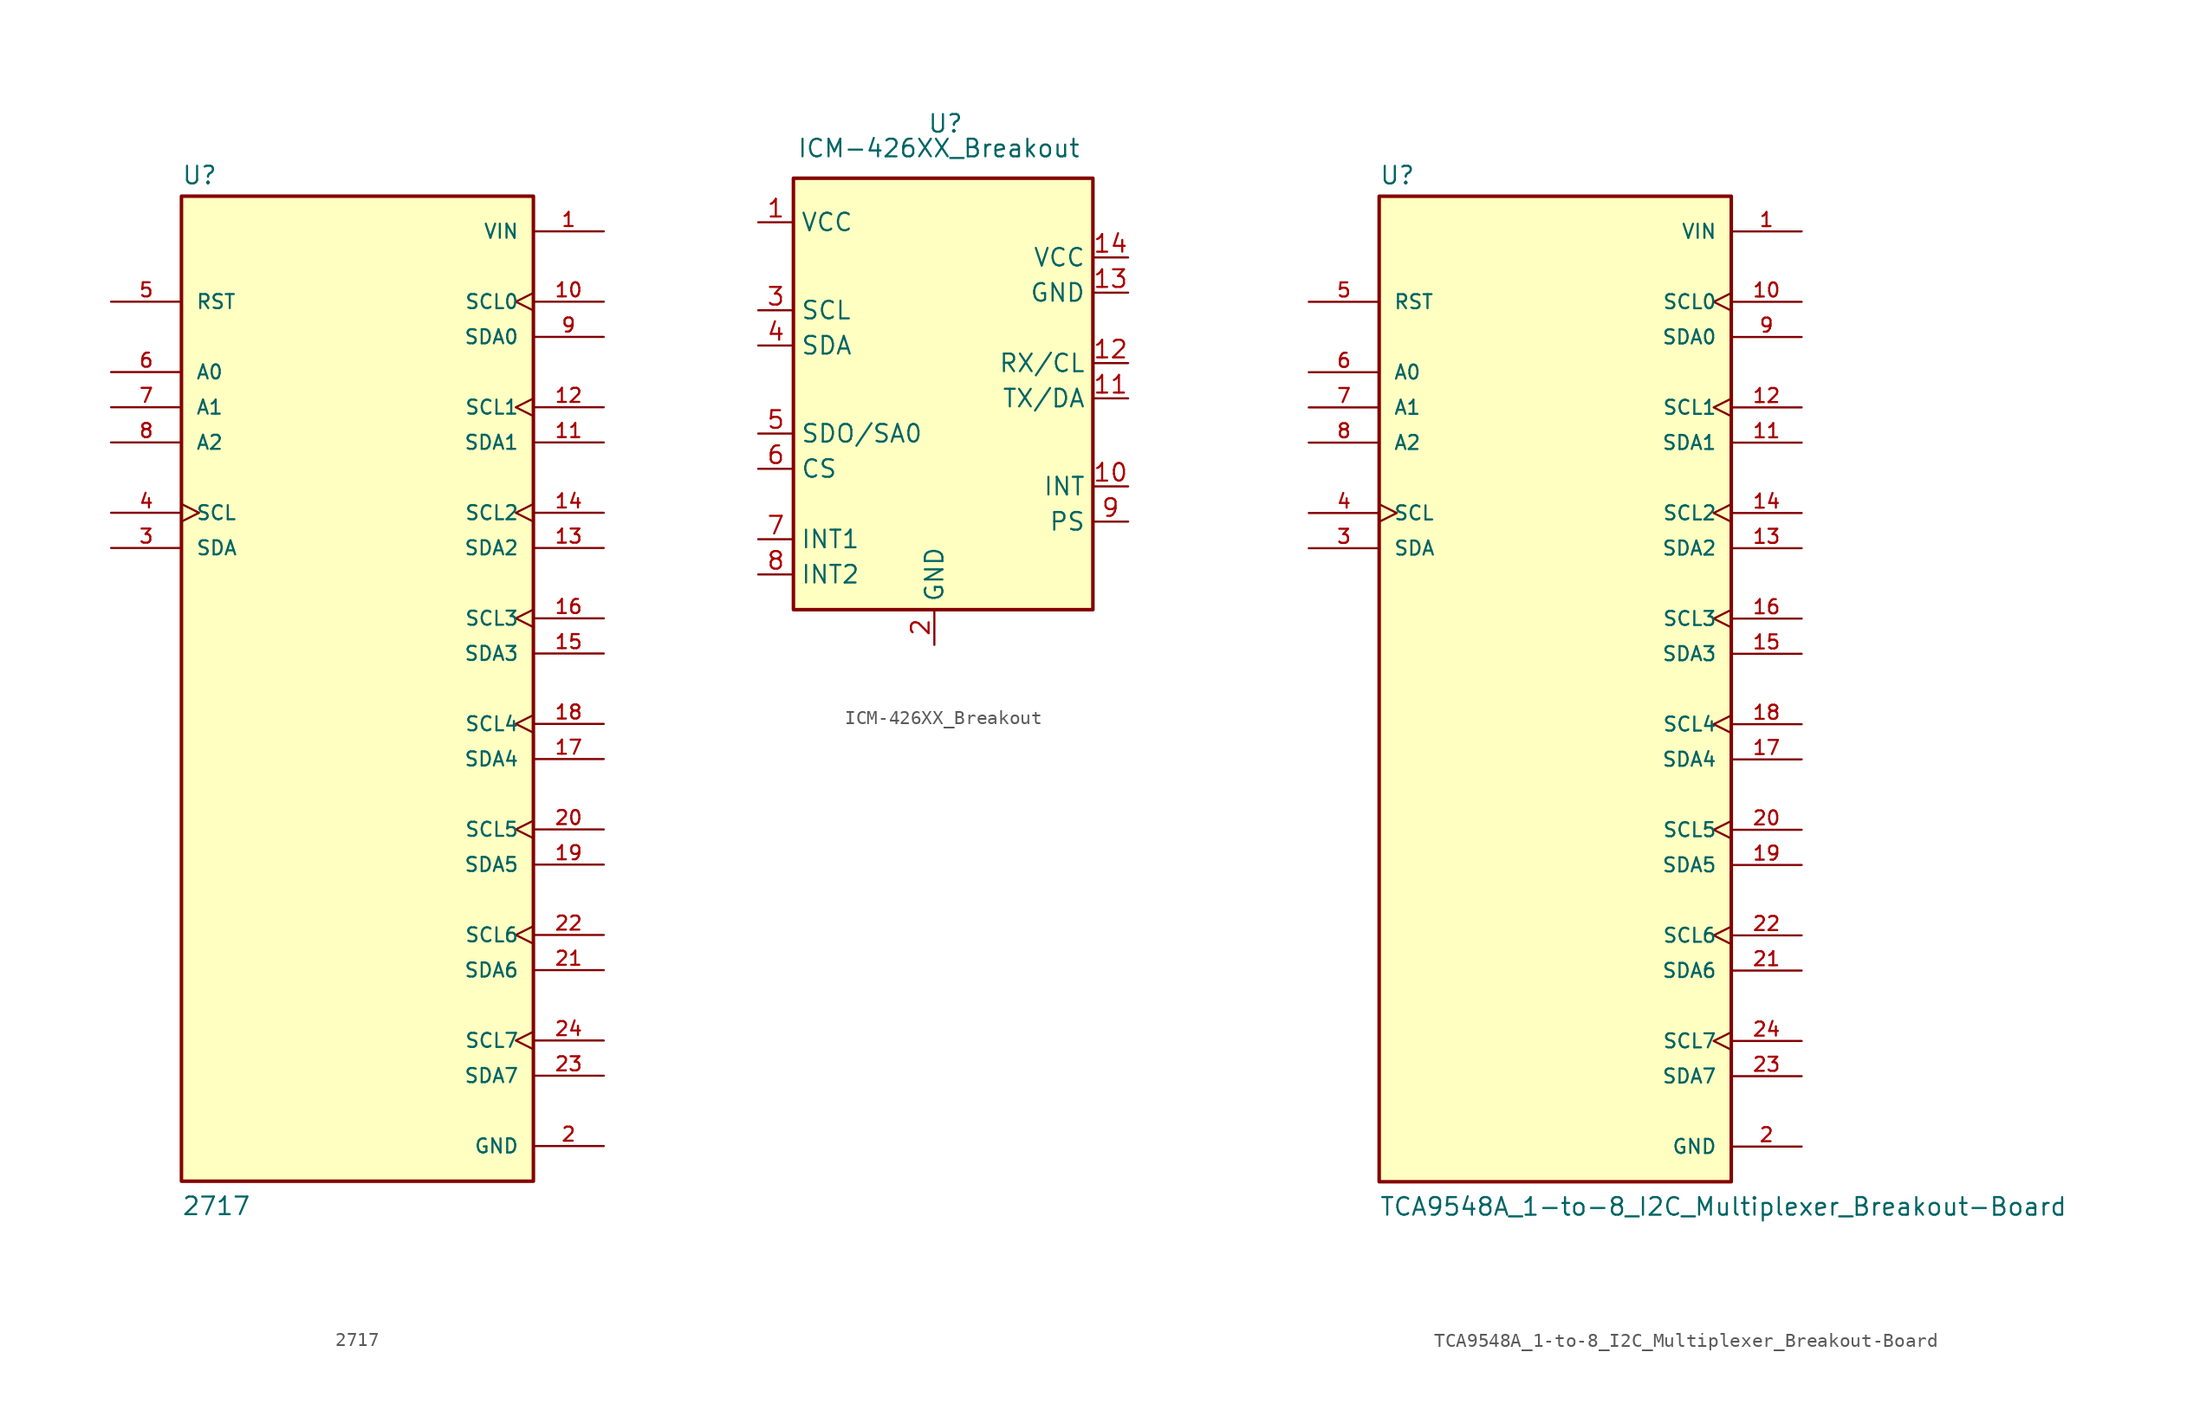
<source format=kicad_sym>
(kicad_symbol_lib
  (version 20241209)
  (generator "kicad_symbol_editor")
  (generator_version "9.0")
  (symbol "2717"
    (pin_names
      (offset 1.016))
    (property "Reference" "U"
      (at -12.7 36.322 0)
      (effects (font (size 1.27 1.27)) (justify left bottom)))
    (property "Value" "2717"
      (at -12.7 -38.1 0)
      (effects (font (size 1.27 1.27)) (justify left bottom)))
    (symbol "2717_0_0"
      (rectangle (start -12.7 -35.56) (end 12.7 35.56) (stroke (width 0.254) (type default)) (fill (type background)))
      (pin input line (at -17.78 27.94 0) (length 5.08) (name "RST" (effects (font (size 1.016 1.016)))) (number "5" (effects (font (size 1.016 1.016)))))
      (pin input line (at -17.78 22.86 0) (length 5.08) (name "A0" (effects (font (size 1.016 1.016)))) (number "6" (effects (font (size 1.016 1.016)))))
      (pin input line (at -17.78 20.32 0) (length 5.08) (name "A1" (effects (font (size 1.016 1.016)))) (number "7" (effects (font (size 1.016 1.016)))))
      (pin input line (at -17.78 17.78 0) (length 5.08) (name "A2" (effects (font (size 1.016 1.016)))) (number "8" (effects (font (size 1.016 1.016)))))
      (pin input clock (at -17.78 12.7 0) (length 5.08) (name "SCL" (effects (font (size 1.016 1.016)))) (number "4" (effects (font (size 1.016 1.016)))))
      (pin bidirectional line (at -17.78 10.16 0) (length 5.08) (name "SDA" (effects (font (size 1.016 1.016)))) (number "3" (effects (font (size 1.016 1.016)))))
      (pin power_in line (at 17.78 33.02 180) (length 5.08) (name "VIN" (effects (font (size 1.016 1.016)))) (number "1" (effects (font (size 1.016 1.016)))))
      (pin output clock (at 17.78 27.94 180) (length 5.08) (name "SCL0" (effects (font (size 1.016 1.016)))) (number "10" (effects (font (size 1.016 1.016)))))
      (pin bidirectional line (at 17.78 25.4 180) (length 5.08) (name "SDA0" (effects (font (size 1.016 1.016)))) (number "9" (effects (font (size 1.016 1.016)))))
      (pin output clock (at 17.78 20.32 180) (length 5.08) (name "SCL1" (effects (font (size 1.016 1.016)))) (number "12" (effects (font (size 1.016 1.016)))))
      (pin bidirectional line (at 17.78 17.78 180) (length 5.08) (name "SDA1" (effects (font (size 1.016 1.016)))) (number "11" (effects (font (size 1.016 1.016)))))
      (pin output clock (at 17.78 12.7 180) (length 5.08) (name "SCL2" (effects (font (size 1.016 1.016)))) (number "14" (effects (font (size 1.016 1.016)))))
      (pin bidirectional line (at 17.78 10.16 180) (length 5.08) (name "SDA2" (effects (font (size 1.016 1.016)))) (number "13" (effects (font (size 1.016 1.016)))))
      (pin output clock (at 17.78 5.08 180) (length 5.08) (name "SCL3" (effects (font (size 1.016 1.016)))) (number "16" (effects (font (size 1.016 1.016)))))
      (pin bidirectional line (at 17.78 2.54 180) (length 5.08) (name "SDA3" (effects (font (size 1.016 1.016)))) (number "15" (effects (font (size 1.016 1.016)))))
      (pin output clock (at 17.78 -2.54 180) (length 5.08) (name "SCL4" (effects (font (size 1.016 1.016)))) (number "18" (effects (font (size 1.016 1.016)))))
      (pin bidirectional line (at 17.78 -5.08 180) (length 5.08) (name "SDA4" (effects (font (size 1.016 1.016)))) (number "17" (effects (font (size 1.016 1.016)))))
      (pin output clock (at 17.78 -10.16 180) (length 5.08) (name "SCL5" (effects (font (size 1.016 1.016)))) (number "20" (effects (font (size 1.016 1.016)))))
      (pin bidirectional line (at 17.78 -12.7 180) (length 5.08) (name "SDA5" (effects (font (size 1.016 1.016)))) (number "19" (effects (font (size 1.016 1.016)))))
      (pin output clock (at 17.78 -17.78 180) (length 5.08) (name "SCL6" (effects (font (size 1.016 1.016)))) (number "22" (effects (font (size 1.016 1.016)))))
      (pin bidirectional line (at 17.78 -20.32 180) (length 5.08) (name "SDA6" (effects (font (size 1.016 1.016)))) (number "21" (effects (font (size 1.016 1.016)))))
      (pin output clock (at 17.78 -25.4 180) (length 5.08) (name "SCL7" (effects (font (size 1.016 1.016)))) (number "24" (effects (font (size 1.016 1.016)))))
      (pin bidirectional line (at 17.78 -27.94 180) (length 5.08) (name "SDA7" (effects (font (size 1.016 1.016)))) (number "23" (effects (font (size 1.016 1.016)))))
      (pin power_in line (at 17.78 -33.02 180) (length 5.08) (name "GND" (effects (font (size 1.016 1.016)))) (number "2" (effects (font (size 1.016 1.016)))))))
  (symbol "ICM-426XX_Breakout"
    (property "Reference" "U"
      (at 2.032 18.542 0)
      (effects (font (size 1.27 1.27)) (justify left)))
    (property "Value" "ICM-426XX_Breakout"
      (at -7.366 16.764 0)
      (effects (font (size 1.27 1.27)) (justify left)))
    (symbol "ICM-426XX_Breakout_0_1"
      (rectangle (start -7.62 14.605) (end 13.97 -16.51) (stroke (width 0.254) (type default)) (fill (type background))))
    (symbol "ICM-426XX_Breakout_1_1"
      (pin power_in line (at -10.16 11.43 0) (length 2.54) (name "VCC" (effects (font (size 1.27 1.27)))) (number "1" (effects (font (size 1.27 1.27)))))
      (pin input line (at -10.16 5.08 0) (length 2.54) (name "SCL" (effects (font (size 1.27 1.27)))) (number "3" (effects (font (size 1.27 1.27)))))
      (pin bidirectional line (at -10.16 2.54 0) (length 2.54) (name "SDA" (effects (font (size 1.27 1.27)))) (number "4" (effects (font (size 1.27 1.27)))))
      (pin output line (at -10.16 -3.81 0) (length 2.54) (name "SDO/SA0" (effects (font (size 1.27 1.27)))) (number "5" (effects (font (size 1.27 1.27)))))
      (pin input line (at -10.16 -6.35 0) (length 2.54) (name "CS" (effects (font (size 1.27 1.27)))) (number "6" (effects (font (size 1.27 1.27)))))
      (pin output line (at -10.16 -11.43 0) (length 2.54) (name "INT1" (effects (font (size 1.27 1.27)))) (number "7" (effects (font (size 1.27 1.27)))))
      (pin output line (at -10.16 -13.97 0) (length 2.54) (name "INT2" (effects (font (size 1.27 1.27)))) (number "8" (effects (font (size 1.27 1.27)))))
      (pin power_in line (at 2.54 -19.05 90) (length 2.54) (name "GND" (effects (font (size 1.27 1.27)))) (number "2" (effects (font (size 1.27 1.27)))))
      (pin power_in line (at 16.51 8.89 180) (length 2.54) (name "VCC" (effects (font (size 1.27 1.27)))) (number "14" (effects (font (size 1.27 1.27)))))
      (pin power_in line (at 16.51 6.35 180) (length 2.54) (name "GND" (effects (font (size 1.27 1.27)))) (number "13" (effects (font (size 1.27 1.27)))))
      (pin bidirectional line (at 16.51 1.27 180) (length 2.54) (name "RX/CL" (effects (font (size 1.27 1.27)))) (number "12" (effects (font (size 1.27 1.27)))))
      (pin input line (at 16.51 -1.27 180) (length 2.54) (name "TX/DA" (effects (font (size 1.27 1.27)))) (number "11" (effects (font (size 1.27 1.27)))))
      (pin passive line (at 16.51 -7.62 180) (length 2.54) (name "INT" (effects (font (size 1.27 1.27)))) (number "10" (effects (font (size 1.27 1.27)))))
      (pin passive line (at 16.51 -10.16 180) (length 2.54) (name "PS" (effects (font (size 1.27 1.27)))) (number "9" (effects (font (size 1.27 1.27)))))))
  (symbol "TCA9548A_1-to-8_I2C_Multiplexer_Breakout-Board"
    (pin_names
      (offset 1.016))
    (property "Reference" "U"
      (at -12.7 36.322 0)
      (effects (font (size 1.27 1.27)) (justify left bottom)))
    (property "Value" "TCA9548A_1-to-8_I2C_Multiplexer_Breakout-Board"
      (at -12.7 -38.1 0)
      (effects (font (size 1.27 1.27)) (justify left bottom)))
    (symbol "TCA9548A_1-to-8_I2C_Multiplexer_Breakout-Board_0_0"
      (rectangle (start -12.7 -35.56) (end 12.7 35.56) (stroke (width 0.254) (type default)) (fill (type background)))
      (pin input line (at -17.78 27.94 0) (length 5.08) (name "RST" (effects (font (size 1.016 1.016)))) (number "5" (effects (font (size 1.016 1.016)))))
      (pin input line (at -17.78 22.86 0) (length 5.08) (name "A0" (effects (font (size 1.016 1.016)))) (number "6" (effects (font (size 1.016 1.016)))))
      (pin input line (at -17.78 20.32 0) (length 5.08) (name "A1" (effects (font (size 1.016 1.016)))) (number "7" (effects (font (size 1.016 1.016)))))
      (pin input line (at -17.78 17.78 0) (length 5.08) (name "A2" (effects (font (size 1.016 1.016)))) (number "8" (effects (font (size 1.016 1.016)))))
      (pin input clock (at -17.78 12.7 0) (length 5.08) (name "SCL" (effects (font (size 1.016 1.016)))) (number "4" (effects (font (size 1.016 1.016)))))
      (pin bidirectional line (at -17.78 10.16 0) (length 5.08) (name "SDA" (effects (font (size 1.016 1.016)))) (number "3" (effects (font (size 1.016 1.016)))))
      (pin power_in line (at 17.78 33.02 180) (length 5.08) (name "VIN" (effects (font (size 1.016 1.016)))) (number "1" (effects (font (size 1.016 1.016)))))
      (pin output clock (at 17.78 27.94 180) (length 5.08) (name "SCL0" (effects (font (size 1.016 1.016)))) (number "10" (effects (font (size 1.016 1.016)))))
      (pin bidirectional line (at 17.78 25.4 180) (length 5.08) (name "SDA0" (effects (font (size 1.016 1.016)))) (number "9" (effects (font (size 1.016 1.016)))))
      (pin output clock (at 17.78 20.32 180) (length 5.08) (name "SCL1" (effects (font (size 1.016 1.016)))) (number "12" (effects (font (size 1.016 1.016)))))
      (pin bidirectional line (at 17.78 17.78 180) (length 5.08) (name "SDA1" (effects (font (size 1.016 1.016)))) (number "11" (effects (font (size 1.016 1.016)))))
      (pin output clock (at 17.78 12.7 180) (length 5.08) (name "SCL2" (effects (font (size 1.016 1.016)))) (number "14" (effects (font (size 1.016 1.016)))))
      (pin bidirectional line (at 17.78 10.16 180) (length 5.08) (name "SDA2" (effects (font (size 1.016 1.016)))) (number "13" (effects (font (size 1.016 1.016)))))
      (pin output clock (at 17.78 5.08 180) (length 5.08) (name "SCL3" (effects (font (size 1.016 1.016)))) (number "16" (effects (font (size 1.016 1.016)))))
      (pin bidirectional line (at 17.78 2.54 180) (length 5.08) (name "SDA3" (effects (font (size 1.016 1.016)))) (number "15" (effects (font (size 1.016 1.016)))))
      (pin output clock (at 17.78 -2.54 180) (length 5.08) (name "SCL4" (effects (font (size 1.016 1.016)))) (number "18" (effects (font (size 1.016 1.016)))))
      (pin bidirectional line (at 17.78 -5.08 180) (length 5.08) (name "SDA4" (effects (font (size 1.016 1.016)))) (number "17" (effects (font (size 1.016 1.016)))))
      (pin output clock (at 17.78 -10.16 180) (length 5.08) (name "SCL5" (effects (font (size 1.016 1.016)))) (number "20" (effects (font (size 1.016 1.016)))))
      (pin bidirectional line (at 17.78 -12.7 180) (length 5.08) (name "SDA5" (effects (font (size 1.016 1.016)))) (number "19" (effects (font (size 1.016 1.016)))))
      (pin output clock (at 17.78 -17.78 180) (length 5.08) (name "SCL6" (effects (font (size 1.016 1.016)))) (number "22" (effects (font (size 1.016 1.016)))))
      (pin bidirectional line (at 17.78 -20.32 180) (length 5.08) (name "SDA6" (effects (font (size 1.016 1.016)))) (number "21" (effects (font (size 1.016 1.016)))))
      (pin output clock (at 17.78 -25.4 180) (length 5.08) (name "SCL7" (effects (font (size 1.016 1.016)))) (number "24" (effects (font (size 1.016 1.016)))))
      (pin bidirectional line (at 17.78 -27.94 180) (length 5.08) (name "SDA7" (effects (font (size 1.016 1.016)))) (number "23" (effects (font (size 1.016 1.016)))))
      (pin power_in line (at 17.78 -33.02 180) (length 5.08) (name "GND" (effects (font (size 1.016 1.016)))) (number "2" (effects (font (size 1.016 1.016))))))))
</source>
